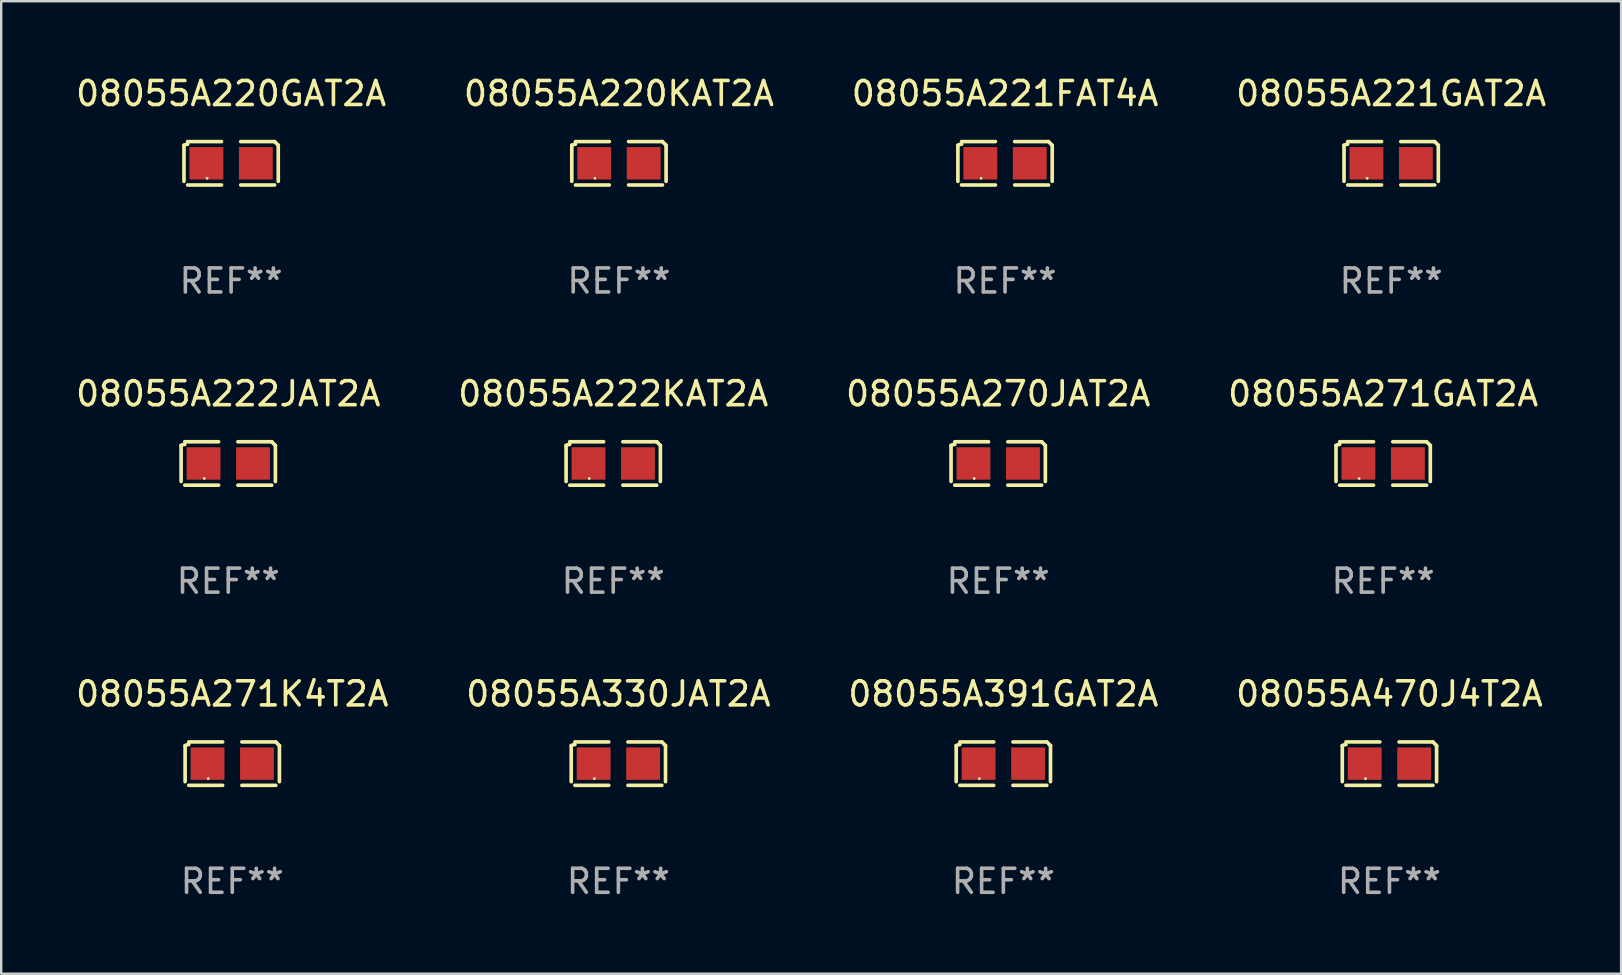
<source format=kicad_pcb>
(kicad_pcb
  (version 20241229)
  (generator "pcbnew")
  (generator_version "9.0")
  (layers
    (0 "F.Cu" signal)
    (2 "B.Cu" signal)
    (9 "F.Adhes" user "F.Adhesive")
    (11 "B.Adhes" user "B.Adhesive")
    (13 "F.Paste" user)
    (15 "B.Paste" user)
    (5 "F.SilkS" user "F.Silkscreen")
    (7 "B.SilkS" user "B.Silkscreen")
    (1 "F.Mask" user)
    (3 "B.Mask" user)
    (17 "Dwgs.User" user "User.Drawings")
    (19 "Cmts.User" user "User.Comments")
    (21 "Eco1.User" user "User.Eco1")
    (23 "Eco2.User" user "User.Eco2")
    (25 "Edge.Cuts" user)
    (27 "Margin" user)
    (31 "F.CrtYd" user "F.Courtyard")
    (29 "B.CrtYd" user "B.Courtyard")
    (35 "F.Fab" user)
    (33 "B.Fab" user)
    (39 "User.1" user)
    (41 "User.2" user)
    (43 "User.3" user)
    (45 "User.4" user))
  (footprint "08055A220GAT2A"
    (layer "F.Cu")
    (at 6.577 3.752)
    (property "Reference" "08055A220GAT2A" (at 0 -2.904 0) (layer "F.SilkS") (effects (font (size 1 1) (thickness 0.15))))
    (attr through_hole)
    (fp_line (start -1.964 0.751) (end -1.964 -0.751) (stroke (width 0.152) (type solid)) (layer "F.SilkS"))
    (fp_line (start -1.811 -0.904) (end -0.401 -0.904) (stroke (width 0.152) (type solid)) (layer "F.SilkS"))
    (fp_line (start -0.401 0.904) (end -1.811 0.904) (stroke (width 0.152) (type solid)) (layer "F.SilkS"))
    (fp_line (start 0.401 0.904) (end 1.811 0.904) (stroke (width 0.152) (type solid)) (layer "F.SilkS"))
    (fp_line (start 1.811 -0.904) (end 0.401 -0.904) (stroke (width 0.152) (type solid)) (layer "F.SilkS"))
    (fp_line (start 1.964 0.751) (end 1.964 -0.751) (stroke (width 0.152) (type solid)) (layer "F.SilkS"))
    (fp_arc (start -1.963602 -0.751207) (mid -1.890354 -0.783131) (end -1.811201 -0.794044) (stroke (width 0.1524) (type solid)) (layer "F.SilkS"))
    (fp_arc (start 1.811202 -0.903607) (mid 1.887413 -0.827418) (end 1.963602 -0.751207) (stroke (width 0.1524) (type solid)) (layer "F.SilkS"))
    (fp_circle (center -1 0.625) (end -0.97 0.625) (stroke (width 0.06) (type solid)) (fill no) (layer "F.SilkS"))
    (fp_text user "REF**" (at 0 4.904 0) (layer "F.Fab") (effects (font (size 1 1) (thickness 0.15))))
    (pad "1" smd rect (at -1.03 0) (size 1.41 1.35) (layers "F.Cu" "F.Mask" "F.Paste"))
    (pad "2" smd rect (at 1.03 0) (size 1.41 1.35) (layers "F.Cu" "F.Mask" "F.Paste")))
  (footprint "08055A391GAT2A"
    (layer "F.Cu")
    (at 38.744 28.759)
    (property "Reference" "08055A391GAT2A" (at 0 -2.904 0) (layer "F.SilkS") (effects (font (size 1 1) (thickness 0.15))))
    (attr through_hole)
    (fp_line (start -1.964 0.751) (end -1.964 -0.751) (stroke (width 0.152) (type solid)) (layer "F.SilkS"))
    (fp_line (start -1.811 -0.904) (end -0.401 -0.904) (stroke (width 0.152) (type solid)) (layer "F.SilkS"))
    (fp_line (start -0.401 0.904) (end -1.811 0.904) (stroke (width 0.152) (type solid)) (layer "F.SilkS"))
    (fp_line (start 0.401 0.904) (end 1.811 0.904) (stroke (width 0.152) (type solid)) (layer "F.SilkS"))
    (fp_line (start 1.811 -0.904) (end 0.401 -0.904) (stroke (width 0.152) (type solid)) (layer "F.SilkS"))
    (fp_line (start 1.964 0.751) (end 1.964 -0.751) (stroke (width 0.152) (type solid)) (layer "F.SilkS"))
    (fp_arc (start -1.963602 -0.751207) (mid -1.890354 -0.783131) (end -1.811201 -0.794044) (stroke (width 0.1524) (type solid)) (layer "F.SilkS"))
    (fp_arc (start 1.811202 -0.903607) (mid 1.887413 -0.827418) (end 1.963602 -0.751207) (stroke (width 0.1524) (type solid)) (layer "F.SilkS"))
    (fp_circle (center -1 0.625) (end -0.97 0.625) (stroke (width 0.06) (type solid)) (fill no) (layer "F.SilkS"))
    (fp_text user "REF**" (at 0 4.904 0) (layer "F.Fab") (effects (font (size 1 1) (thickness 0.15))))
    (pad "1" smd rect (at -1.03 0) (size 1.41 1.35) (layers "F.Cu" "F.Mask" "F.Paste"))
    (pad "2" smd rect (at 1.03 0) (size 1.41 1.35) (layers "F.Cu" "F.Mask" "F.Paste")))
  (footprint "08055A271K4T2A"
    (layer "F.Cu")
    (at 6.625 28.759)
    (property "Reference" "08055A271K4T2A" (at 0 -2.904 0) (layer "F.SilkS") (effects (font (size 1 1) (thickness 0.15))))
    (attr through_hole)
    (fp_line (start -1.964 0.751) (end -1.964 -0.751) (stroke (width 0.152) (type solid)) (layer "F.SilkS"))
    (fp_line (start -1.811 -0.904) (end -0.401 -0.904) (stroke (width 0.152) (type solid)) (layer "F.SilkS"))
    (fp_line (start -0.401 0.904) (end -1.811 0.904) (stroke (width 0.152) (type solid)) (layer "F.SilkS"))
    (fp_line (start 0.401 0.904) (end 1.811 0.904) (stroke (width 0.152) (type solid)) (layer "F.SilkS"))
    (fp_line (start 1.811 -0.904) (end 0.401 -0.904) (stroke (width 0.152) (type solid)) (layer "F.SilkS"))
    (fp_line (start 1.964 0.751) (end 1.964 -0.751) (stroke (width 0.152) (type solid)) (layer "F.SilkS"))
    (fp_arc (start -1.963602 -0.751207) (mid -1.890354 -0.783131) (end -1.811201 -0.794044) (stroke (width 0.1524) (type solid)) (layer "F.SilkS"))
    (fp_arc (start 1.811202 -0.903607) (mid 1.887413 -0.827418) (end 1.963602 -0.751207) (stroke (width 0.1524) (type solid)) (layer "F.SilkS"))
    (fp_circle (center -1 0.625) (end -0.97 0.625) (stroke (width 0.06) (type solid)) (fill no) (layer "F.SilkS"))
    (fp_text user "REF**" (at 0 4.904 0) (layer "F.Fab") (effects (font (size 1 1) (thickness 0.15))))
    (pad "1" smd rect (at -1.03 0) (size 1.41 1.35) (layers "F.Cu" "F.Mask" "F.Paste"))
    (pad "2" smd rect (at 1.03 0) (size 1.41 1.35) (layers "F.Cu" "F.Mask" "F.Paste")))
  (footprint "08055A220KAT2A"
    (layer "F.Cu")
    (at 22.732 3.752)
    (property "Reference" "08055A220KAT2A" (at 0 -2.904 0) (layer "F.SilkS") (effects (font (size 1 1) (thickness 0.15))))
    (attr through_hole)
    (fp_line (start -1.964 0.751) (end -1.964 -0.751) (stroke (width 0.152) (type solid)) (layer "F.SilkS"))
    (fp_line (start -1.811 -0.904) (end -0.401 -0.904) (stroke (width 0.152) (type solid)) (layer "F.SilkS"))
    (fp_line (start -0.401 0.904) (end -1.811 0.904) (stroke (width 0.152) (type solid)) (layer "F.SilkS"))
    (fp_line (start 0.401 0.904) (end 1.811 0.904) (stroke (width 0.152) (type solid)) (layer "F.SilkS"))
    (fp_line (start 1.811 -0.904) (end 0.401 -0.904) (stroke (width 0.152) (type solid)) (layer "F.SilkS"))
    (fp_line (start 1.964 0.751) (end 1.964 -0.751) (stroke (width 0.152) (type solid)) (layer "F.SilkS"))
    (fp_arc (start -1.963602 -0.751207) (mid -1.890354 -0.783131) (end -1.811201 -0.794044) (stroke (width 0.1524) (type solid)) (layer "F.SilkS"))
    (fp_arc (start 1.811202 -0.903607) (mid 1.887413 -0.827418) (end 1.963602 -0.751207) (stroke (width 0.1524) (type solid)) (layer "F.SilkS"))
    (fp_circle (center -1 0.625) (end -0.97 0.625) (stroke (width 0.06) (type solid)) (fill no) (layer "F.SilkS"))
    (fp_text user "REF**" (at 0 4.904 0) (layer "F.Fab") (effects (font (size 1 1) (thickness 0.15))))
    (pad "1" smd rect (at -1.03 0) (size 1.41 1.35) (layers "F.Cu" "F.Mask" "F.Paste"))
    (pad "2" smd rect (at 1.03 0) (size 1.41 1.35) (layers "F.Cu" "F.Mask" "F.Paste")))
  (footprint "08055A330JAT2A"
    (layer "F.Cu")
    (at 22.708 28.759)
    (property "Reference" "08055A330JAT2A" (at 0 -2.904 0) (layer "F.SilkS") (effects (font (size 1 1) (thickness 0.15))))
    (attr through_hole)
    (fp_line (start -1.964 0.751) (end -1.964 -0.751) (stroke (width 0.152) (type solid)) (layer "F.SilkS"))
    (fp_line (start -1.811 -0.904) (end -0.401 -0.904) (stroke (width 0.152) (type solid)) (layer "F.SilkS"))
    (fp_line (start -0.401 0.904) (end -1.811 0.904) (stroke (width 0.152) (type solid)) (layer "F.SilkS"))
    (fp_line (start 0.401 0.904) (end 1.811 0.904) (stroke (width 0.152) (type solid)) (layer "F.SilkS"))
    (fp_line (start 1.811 -0.904) (end 0.401 -0.904) (stroke (width 0.152) (type solid)) (layer "F.SilkS"))
    (fp_line (start 1.964 0.751) (end 1.964 -0.751) (stroke (width 0.152) (type solid)) (layer "F.SilkS"))
    (fp_arc (start -1.963602 -0.751207) (mid -1.890354 -0.783131) (end -1.811201 -0.794044) (stroke (width 0.1524) (type solid)) (layer "F.SilkS"))
    (fp_arc (start 1.811202 -0.903607) (mid 1.887413 -0.827418) (end 1.963602 -0.751207) (stroke (width 0.1524) (type solid)) (layer "F.SilkS"))
    (fp_circle (center -1 0.625) (end -0.97 0.625) (stroke (width 0.06) (type solid)) (fill no) (layer "F.SilkS"))
    (fp_text user "REF**" (at 0 4.904 0) (layer "F.Fab") (effects (font (size 1 1) (thickness 0.15))))
    (pad "1" smd rect (at -1.03 0) (size 1.41 1.35) (layers "F.Cu" "F.Mask" "F.Paste"))
    (pad "2" smd rect (at 1.03 0) (size 1.41 1.35) (layers "F.Cu" "F.Mask" "F.Paste")))
  (footprint "08055A222KAT2A"
    (layer "F.Cu")
    (at 22.494 16.256)
    (property "Reference" "08055A222KAT2A" (at 0 -2.904 0) (layer "F.SilkS") (effects (font (size 1 1) (thickness 0.15))))
    (attr through_hole)
    (fp_line (start -1.964 0.751) (end -1.964 -0.751) (stroke (width 0.152) (type solid)) (layer "F.SilkS"))
    (fp_line (start -1.811 -0.904) (end -0.401 -0.904) (stroke (width 0.152) (type solid)) (layer "F.SilkS"))
    (fp_line (start -0.401 0.904) (end -1.811 0.904) (stroke (width 0.152) (type solid)) (layer "F.SilkS"))
    (fp_line (start 0.401 0.904) (end 1.811 0.904) (stroke (width 0.152) (type solid)) (layer "F.SilkS"))
    (fp_line (start 1.811 -0.904) (end 0.401 -0.904) (stroke (width 0.152) (type solid)) (layer "F.SilkS"))
    (fp_line (start 1.964 0.751) (end 1.964 -0.751) (stroke (width 0.152) (type solid)) (layer "F.SilkS"))
    (fp_arc (start -1.963602 -0.751207) (mid -1.890354 -0.783131) (end -1.811201 -0.794044) (stroke (width 0.1524) (type solid)) (layer "F.SilkS"))
    (fp_arc (start 1.811202 -0.903607) (mid 1.887413 -0.827418) (end 1.963602 -0.751207) (stroke (width 0.1524) (type solid)) (layer "F.SilkS"))
    (fp_circle (center -1 0.625) (end -0.97 0.625) (stroke (width 0.06) (type solid)) (fill no) (layer "F.SilkS"))
    (fp_text user "REF**" (at 0 4.904 0) (layer "F.Fab") (effects (font (size 1 1) (thickness 0.15))))
    (pad "1" smd rect (at -1.03 0) (size 1.41 1.35) (layers "F.Cu" "F.Mask" "F.Paste"))
    (pad "2" smd rect (at 1.03 0) (size 1.41 1.35) (layers "F.Cu" "F.Mask" "F.Paste")))
  (footprint "08055A271GAT2A"
    (layer "F.Cu")
    (at 54.565 16.256)
    (property "Reference" "08055A271GAT2A" (at 0 -2.904 0) (layer "F.SilkS") (effects (font (size 1 1) (thickness 0.15))))
    (attr through_hole)
    (fp_line (start -1.964 0.751) (end -1.964 -0.751) (stroke (width 0.152) (type solid)) (layer "F.SilkS"))
    (fp_line (start -1.811 -0.904) (end -0.401 -0.904) (stroke (width 0.152) (type solid)) (layer "F.SilkS"))
    (fp_line (start -0.401 0.904) (end -1.811 0.904) (stroke (width 0.152) (type solid)) (layer "F.SilkS"))
    (fp_line (start 0.401 0.904) (end 1.811 0.904) (stroke (width 0.152) (type solid)) (layer "F.SilkS"))
    (fp_line (start 1.811 -0.904) (end 0.401 -0.904) (stroke (width 0.152) (type solid)) (layer "F.SilkS"))
    (fp_line (start 1.964 0.751) (end 1.964 -0.751) (stroke (width 0.152) (type solid)) (layer "F.SilkS"))
    (fp_arc (start -1.963602 -0.751207) (mid -1.890354 -0.783131) (end -1.811201 -0.794044) (stroke (width 0.1524) (type solid)) (layer "F.SilkS"))
    (fp_arc (start 1.811202 -0.903607) (mid 1.887413 -0.827418) (end 1.963602 -0.751207) (stroke (width 0.1524) (type solid)) (layer "F.SilkS"))
    (fp_circle (center -1 0.625) (end -0.97 0.625) (stroke (width 0.06) (type solid)) (fill no) (layer "F.SilkS"))
    (fp_text user "REF**" (at 0 4.904 0) (layer "F.Fab") (effects (font (size 1 1) (thickness 0.15))))
    (pad "1" smd rect (at -1.03 0) (size 1.41 1.35) (layers "F.Cu" "F.Mask" "F.Paste"))
    (pad "2" smd rect (at 1.03 0) (size 1.41 1.35) (layers "F.Cu" "F.Mask" "F.Paste")))
  (footprint "08055A470J4T2A"
    (layer "F.Cu")
    (at 54.827 28.759)
    (property "Reference" "08055A470J4T2A" (at 0 -2.904 0) (layer "F.SilkS") (effects (font (size 1 1) (thickness 0.15))))
    (attr through_hole)
    (fp_line (start -1.964 0.751) (end -1.964 -0.751) (stroke (width 0.152) (type solid)) (layer "F.SilkS"))
    (fp_line (start -1.811 -0.904) (end -0.401 -0.904) (stroke (width 0.152) (type solid)) (layer "F.SilkS"))
    (fp_line (start -0.401 0.904) (end -1.811 0.904) (stroke (width 0.152) (type solid)) (layer "F.SilkS"))
    (fp_line (start 0.401 0.904) (end 1.811 0.904) (stroke (width 0.152) (type solid)) (layer "F.SilkS"))
    (fp_line (start 1.811 -0.904) (end 0.401 -0.904) (stroke (width 0.152) (type solid)) (layer "F.SilkS"))
    (fp_line (start 1.964 0.751) (end 1.964 -0.751) (stroke (width 0.152) (type solid)) (layer "F.SilkS"))
    (fp_arc (start -1.963602 -0.751207) (mid -1.890354 -0.783131) (end -1.811201 -0.794044) (stroke (width 0.1524) (type solid)) (layer "F.SilkS"))
    (fp_arc (start 1.811202 -0.903607) (mid 1.887413 -0.827418) (end 1.963602 -0.751207) (stroke (width 0.1524) (type solid)) (layer "F.SilkS"))
    (fp_circle (center -1 0.625) (end -0.97 0.625) (stroke (width 0.06) (type solid)) (fill no) (layer "F.SilkS"))
    (fp_text user "REF**" (at 0 4.904 0) (layer "F.Fab") (effects (font (size 1 1) (thickness 0.15))))
    (pad "1" smd rect (at -1.03 0) (size 1.41 1.35) (layers "F.Cu" "F.Mask" "F.Paste"))
    (pad "2" smd rect (at 1.03 0) (size 1.41 1.35) (layers "F.Cu" "F.Mask" "F.Paste")))
  (footprint "08055A221GAT2A"
    (layer "F.Cu")
    (at 54.899 3.752)
    (property "Reference" "08055A221GAT2A" (at 0 -2.904 0) (layer "F.SilkS") (effects (font (size 1 1) (thickness 0.15))))
    (attr through_hole)
    (fp_line (start -1.964 0.751) (end -1.964 -0.751) (stroke (width 0.152) (type solid)) (layer "F.SilkS"))
    (fp_line (start -1.811 -0.904) (end -0.401 -0.904) (stroke (width 0.152) (type solid)) (layer "F.SilkS"))
    (fp_line (start -0.401 0.904) (end -1.811 0.904) (stroke (width 0.152) (type solid)) (layer "F.SilkS"))
    (fp_line (start 0.401 0.904) (end 1.811 0.904) (stroke (width 0.152) (type solid)) (layer "F.SilkS"))
    (fp_line (start 1.811 -0.904) (end 0.401 -0.904) (stroke (width 0.152) (type solid)) (layer "F.SilkS"))
    (fp_line (start 1.964 0.751) (end 1.964 -0.751) (stroke (width 0.152) (type solid)) (layer "F.SilkS"))
    (fp_arc (start -1.963602 -0.751207) (mid -1.890354 -0.783131) (end -1.811201 -0.794044) (stroke (width 0.1524) (type solid)) (layer "F.SilkS"))
    (fp_arc (start 1.811202 -0.903607) (mid 1.887413 -0.827418) (end 1.963602 -0.751207) (stroke (width 0.1524) (type solid)) (layer "F.SilkS"))
    (fp_circle (center -1 0.625) (end -0.97 0.625) (stroke (width 0.06) (type solid)) (fill no) (layer "F.SilkS"))
    (fp_text user "REF**" (at 0 4.904 0) (layer "F.Fab") (effects (font (size 1 1) (thickness 0.15))))
    (pad "1" smd rect (at -1.03 0) (size 1.41 1.35) (layers "F.Cu" "F.Mask" "F.Paste"))
    (pad "2" smd rect (at 1.03 0) (size 1.41 1.35) (layers "F.Cu" "F.Mask" "F.Paste")))
  (footprint "08055A221FAT4A"
    (layer "F.Cu")
    (at 38.815 3.752)
    (property "Reference" "08055A221FAT4A" (at 0 -2.904 0) (layer "F.SilkS") (effects (font (size 1 1) (thickness 0.15))))
    (attr through_hole)
    (fp_line (start -1.964 0.751) (end -1.964 -0.751) (stroke (width 0.152) (type solid)) (layer "F.SilkS"))
    (fp_line (start -1.811 -0.904) (end -0.401 -0.904) (stroke (width 0.152) (type solid)) (layer "F.SilkS"))
    (fp_line (start -0.401 0.904) (end -1.811 0.904) (stroke (width 0.152) (type solid)) (layer "F.SilkS"))
    (fp_line (start 0.401 0.904) (end 1.811 0.904) (stroke (width 0.152) (type solid)) (layer "F.SilkS"))
    (fp_line (start 1.811 -0.904) (end 0.401 -0.904) (stroke (width 0.152) (type solid)) (layer "F.SilkS"))
    (fp_line (start 1.964 0.751) (end 1.964 -0.751) (stroke (width 0.152) (type solid)) (layer "F.SilkS"))
    (fp_arc (start -1.963602 -0.751207) (mid -1.890354 -0.783131) (end -1.811201 -0.794044) (stroke (width 0.1524) (type solid)) (layer "F.SilkS"))
    (fp_arc (start 1.811202 -0.903607) (mid 1.887413 -0.827418) (end 1.963602 -0.751207) (stroke (width 0.1524) (type solid)) (layer "F.SilkS"))
    (fp_circle (center -1 0.625) (end -0.97 0.625) (stroke (width 0.06) (type solid)) (fill no) (layer "F.SilkS"))
    (fp_text user "REF**" (at 0 4.904 0) (layer "F.Fab") (effects (font (size 1 1) (thickness 0.15))))
    (pad "1" smd rect (at -1.03 0) (size 1.41 1.35) (layers "F.Cu" "F.Mask" "F.Paste"))
    (pad "2" smd rect (at 1.03 0) (size 1.41 1.35) (layers "F.Cu" "F.Mask" "F.Paste")))
  (footprint "08055A270JAT2A"
    (layer "F.Cu")
    (at 38.53 16.256)
    (property "Reference" "08055A270JAT2A" (at 0 -2.904 0) (layer "F.SilkS") (effects (font (size 1 1) (thickness 0.15))))
    (attr through_hole)
    (fp_line (start -1.964 0.751) (end -1.964 -0.751) (stroke (width 0.152) (type solid)) (layer "F.SilkS"))
    (fp_line (start -1.811 -0.904) (end -0.401 -0.904) (stroke (width 0.152) (type solid)) (layer "F.SilkS"))
    (fp_line (start -0.401 0.904) (end -1.811 0.904) (stroke (width 0.152) (type solid)) (layer "F.SilkS"))
    (fp_line (start 0.401 0.904) (end 1.811 0.904) (stroke (width 0.152) (type solid)) (layer "F.SilkS"))
    (fp_line (start 1.811 -0.904) (end 0.401 -0.904) (stroke (width 0.152) (type solid)) (layer "F.SilkS"))
    (fp_line (start 1.964 0.751) (end 1.964 -0.751) (stroke (width 0.152) (type solid)) (layer "F.SilkS"))
    (fp_arc (start -1.963602 -0.751207) (mid -1.890354 -0.783131) (end -1.811201 -0.794044) (stroke (width 0.1524) (type solid)) (layer "F.SilkS"))
    (fp_arc (start 1.811202 -0.903607) (mid 1.887413 -0.827418) (end 1.963602 -0.751207) (stroke (width 0.1524) (type solid)) (layer "F.SilkS"))
    (fp_circle (center -1 0.625) (end -0.97 0.625) (stroke (width 0.06) (type solid)) (fill no) (layer "F.SilkS"))
    (fp_text user "REF**" (at 0 4.904 0) (layer "F.Fab") (effects (font (size 1 1) (thickness 0.15))))
    (pad "1" smd rect (at -1.03 0) (size 1.41 1.35) (layers "F.Cu" "F.Mask" "F.Paste"))
    (pad "2" smd rect (at 1.03 0) (size 1.41 1.35) (layers "F.Cu" "F.Mask" "F.Paste")))
  (footprint "08055A222JAT2A"
    (layer "F.Cu")
    (at 6.458 16.256)
    (property "Reference" "08055A222JAT2A" (at 0 -2.904 0) (layer "F.SilkS") (effects (font (size 1 1) (thickness 0.15))))
    (attr through_hole)
    (fp_line (start -1.964 0.751) (end -1.964 -0.751) (stroke (width 0.152) (type solid)) (layer "F.SilkS"))
    (fp_line (start -1.811 -0.904) (end -0.401 -0.904) (stroke (width 0.152) (type solid)) (layer "F.SilkS"))
    (fp_line (start -0.401 0.904) (end -1.811 0.904) (stroke (width 0.152) (type solid)) (layer "F.SilkS"))
    (fp_line (start 0.401 0.904) (end 1.811 0.904) (stroke (width 0.152) (type solid)) (layer "F.SilkS"))
    (fp_line (start 1.811 -0.904) (end 0.401 -0.904) (stroke (width 0.152) (type solid)) (layer "F.SilkS"))
    (fp_line (start 1.964 0.751) (end 1.964 -0.751) (stroke (width 0.152) (type solid)) (layer "F.SilkS"))
    (fp_arc (start -1.963602 -0.751207) (mid -1.890354 -0.783131) (end -1.811201 -0.794044) (stroke (width 0.1524) (type solid)) (layer "F.SilkS"))
    (fp_arc (start 1.811202 -0.903607) (mid 1.887413 -0.827418) (end 1.963602 -0.751207) (stroke (width 0.1524) (type solid)) (layer "F.SilkS"))
    (fp_circle (center -1 0.625) (end -0.97 0.625) (stroke (width 0.06) (type solid)) (fill no) (layer "F.SilkS"))
    (fp_text user "REF**" (at 0 4.904 0) (layer "F.Fab") (effects (font (size 1 1) (thickness 0.15))))
    (pad "1" smd rect (at -1.03 0) (size 1.41 1.35) (layers "F.Cu" "F.Mask" "F.Paste"))
    (pad "2" smd rect (at 1.03 0) (size 1.41 1.35) (layers "F.Cu" "F.Mask" "F.Paste")))
  (gr_rect
    (start -3 -3)
    (end 64.476 37.511)
    (stroke (width 0.1) (type default))
    (fill no)
    (layer "Edge.Cuts")))
</source>
